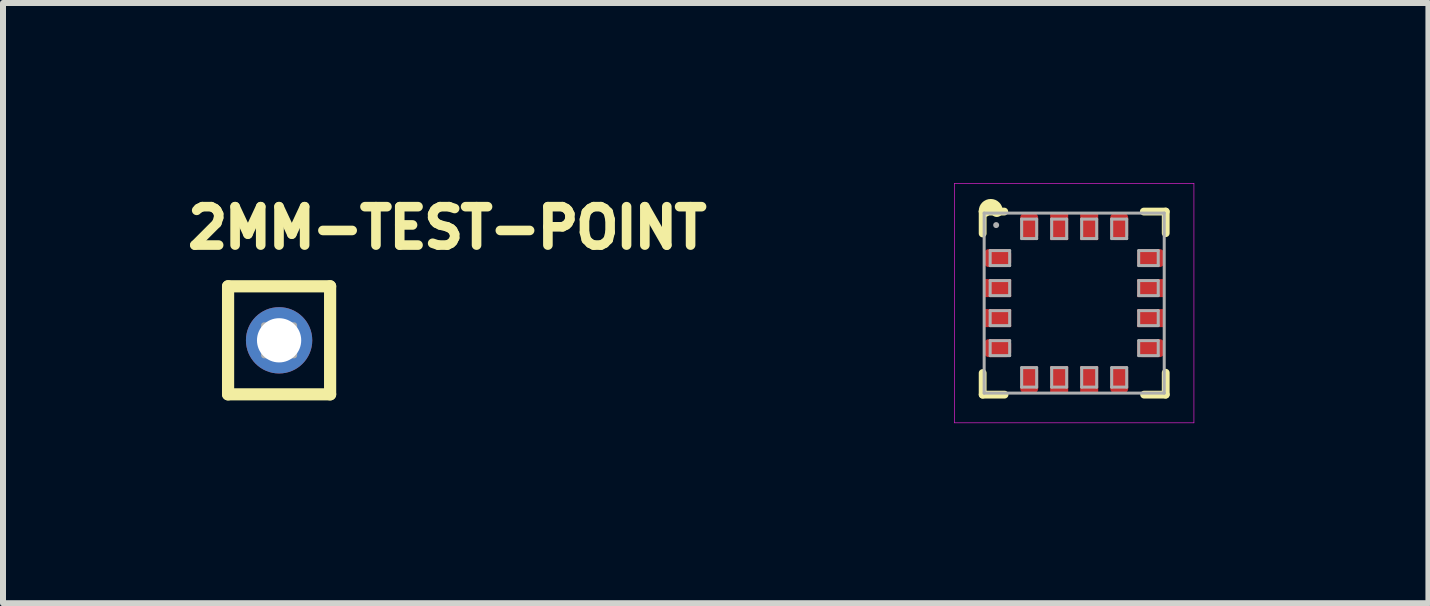
<source format=kicad_pcb>
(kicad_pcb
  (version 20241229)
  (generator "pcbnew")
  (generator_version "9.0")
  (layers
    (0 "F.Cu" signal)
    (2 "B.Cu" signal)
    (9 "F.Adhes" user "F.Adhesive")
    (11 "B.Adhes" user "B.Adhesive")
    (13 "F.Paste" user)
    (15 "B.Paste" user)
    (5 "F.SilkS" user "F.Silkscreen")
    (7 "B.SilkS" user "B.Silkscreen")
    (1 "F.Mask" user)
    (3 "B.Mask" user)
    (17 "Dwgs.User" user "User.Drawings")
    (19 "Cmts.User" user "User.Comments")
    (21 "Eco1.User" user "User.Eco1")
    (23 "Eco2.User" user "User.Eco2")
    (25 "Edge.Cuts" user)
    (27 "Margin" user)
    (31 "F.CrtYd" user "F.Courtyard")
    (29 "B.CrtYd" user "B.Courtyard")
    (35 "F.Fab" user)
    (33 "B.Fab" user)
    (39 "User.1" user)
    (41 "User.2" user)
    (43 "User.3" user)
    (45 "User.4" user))
  (footprint "2MM-TEST-POINT"
    (layer "F.Cu")
    (at 1.6 2.62)
    (property "Reference" "2MM-TEST-POINT" (at -1.6 -1.5 0) (layer "F.SilkS") (effects (font (size 0.64 0.64) (thickness 0.16)) (justify left bottom)))
    (fp_line (start -0.85 -0.9) (end -0.85 0.9) (stroke (width 0.203) (type solid)) (layer "F.SilkS"))
    (fp_line (start -0.85 0.9) (end 0.85 0.9) (stroke (width 0.203) (type solid)) (layer "F.SilkS"))
    (fp_line (start 0.85 -0.9) (end -0.85 -0.9) (stroke (width 0.203) (type solid)) (layer "F.SilkS"))
    (fp_line (start 0.85 0.9) (end 0.85 -0.9) (stroke (width 0.203) (type solid)) (layer "F.SilkS"))
    (fp_poly (pts (xy -0.25 0.25) (xy 0.25 0.25) (xy 0.25 -0.25) (xy -0.25 -0.25)) (stroke (width 0.1) (type solid)) (fill no) (layer "F.Fab"))
    (pad "1" thru_hole circle (at 0 0) (size 1.105 1.105) (drill 0.737) (layers "*.Cu" "*.Mask")))
  (footprint "QLGA-16(3X3)"
    (layer "F.Cu")
    (at 14.847 2)
    (property "Reference" "QLGA-16(3X3)" (at 0 0 0) (layer "F.Mask") (effects (font (size 0.51 0.51) (thickness 0.09))))
    (fp_line (start -1.5 -1.5) (end 1.5 -1.5) (stroke (width 0.05) (type solid)) (layer "F.Mask"))
    (fp_line (start -1.5 1.5) (end -1.5 -1.5) (stroke (width 0.05) (type solid)) (layer "F.Mask"))
    (fp_line (start -1.35 -1.3) (end -1.15 -1.1) (stroke (width 0.1) (type solid)) (layer "F.Mask"))
    (fp_line (start -1.15 -1.1) (end -0.95 -1.3) (stroke (width 0.1) (type solid)) (layer "F.Mask"))
    (fp_line (start -1.1 -0.6) (end -1.1 -0.9) (stroke (width 0.1) (type solid)) (layer "F.Mask"))
    (fp_line (start -1.1 0.6) (end -1.1 0.9) (stroke (width 0.1) (type solid)) (layer "F.Mask"))
    (fp_line (start -1.018 -0.67) (end -1.018 -0.83) (stroke (width 0.065) (type solid)) (layer "F.Mask"))
    (fp_line (start -1.018 0.67) (end -1.018 0.83) (stroke (width 0.065) (type solid)) (layer "F.Mask"))
    (fp_line (start -0.95 -1.3) (end -1.35 -1.3) (stroke (width 0.1) (type solid)) (layer "F.Mask"))
    (fp_line (start -0.67 -1.018) (end -0.83 -1.018) (stroke (width 0.065) (type solid)) (layer "F.Mask"))
    (fp_line (start -0.67 1.018) (end -0.83 1.018) (stroke (width 0.065) (type solid)) (layer "F.Mask"))
    (fp_line (start -0.6 -1.1) (end -0.9 -1.1) (stroke (width 0.1) (type solid)) (layer "F.Mask"))
    (fp_line (start -0.6 1.1) (end -0.9 1.1) (stroke (width 0.1) (type solid)) (layer "F.Mask"))
    (fp_line (start 0.6 -1.1) (end 0.9 -1.1) (stroke (width 0.1) (type solid)) (layer "F.Mask"))
    (fp_line (start 0.6 1.1) (end 0.9 1.1) (stroke (width 0.1) (type solid)) (layer "F.Mask"))
    (fp_line (start 0.67 -1.018) (end 0.83 -1.018) (stroke (width 0.065) (type solid)) (layer "F.Mask"))
    (fp_line (start 0.67 1.018) (end 0.83 1.018) (stroke (width 0.065) (type solid)) (layer "F.Mask"))
    (fp_line (start 1.018 -0.67) (end 1.018 -0.83) (stroke (width 0.065) (type solid)) (layer "F.Mask"))
    (fp_line (start 1.018 0.67) (end 1.018 0.83) (stroke (width 0.065) (type solid)) (layer "F.Mask"))
    (fp_line (start 1.1 -0.6) (end 1.1 -0.9) (stroke (width 0.1) (type solid)) (layer "F.Mask"))
    (fp_line (start 1.1 0.6) (end 1.1 0.9) (stroke (width 0.1) (type solid)) (layer "F.Mask"))
    (fp_line (start 1.5 -1.5) (end 1.5 1.5) (stroke (width 0.05) (type solid)) (layer "F.Mask"))
    (fp_line (start 1.5 1.5) (end -1.5 1.5) (stroke (width 0.05) (type solid)) (layer "F.Mask"))
    (fp_arc (start -1.125 -0.932) (mid -1.050125 -0.903264) (end -1.0175 -0.83) (stroke (width 0.064) (type solid)) (layer "F.Mask"))
    (fp_arc (start -1.125 0.568) (mid -1.050125 0.596736) (end -1.0175 0.67) (stroke (width 0.065) (type solid)) (layer "F.Mask"))
    (fp_arc (start -1.0175 -0.67) (mid -1.050125 -0.596736) (end -1.125 -0.568) (stroke (width 0.065) (type solid)) (layer "F.Mask"))
    (fp_arc (start -1.0175 0.83) (mid -1.050125 0.903264) (end -1.125 0.932) (stroke (width 0.064) (type solid)) (layer "F.Mask"))
    (fp_arc (start -0.932 1.125) (mid -0.903264 1.050125) (end -0.83 1.0175) (stroke (width 0.064) (type solid)) (layer "F.Mask"))
    (fp_arc (start -0.83 -1.0175) (mid -0.903264 -1.050125) (end -0.932 -1.125) (stroke (width 0.064) (type solid)) (layer "F.Mask"))
    (fp_arc (start -0.67 1.0175) (mid -0.596736 1.050125) (end -0.568 1.125) (stroke (width 0.065) (type solid)) (layer "F.Mask"))
    (fp_arc (start -0.568 -1.125) (mid -0.596736 -1.050125) (end -0.67 -1.0175) (stroke (width 0.065) (type solid)) (layer "F.Mask"))
    (fp_arc (start 0.568 1.125) (mid 0.596736 1.050125) (end 0.67 1.0175) (stroke (width 0.065) (type solid)) (layer "F.Mask"))
    (fp_arc (start 0.67 -1.0175) (mid 0.596736 -1.050125) (end 0.568 -1.125) (stroke (width 0.065) (type solid)) (layer "F.Mask"))
    (fp_arc (start 0.83 1.0175) (mid 0.903264 1.050125) (end 0.932 1.125) (stroke (width 0.064) (type solid)) (layer "F.Mask"))
    (fp_arc (start 0.932 -1.125) (mid 0.903264 -1.050125) (end 0.83 -1.0175) (stroke (width 0.064) (type solid)) (layer "F.Mask"))
    (fp_arc (start 1.0175 -0.83) (mid 1.050125 -0.903264) (end 1.125 -0.932) (stroke (width 0.064) (type solid)) (layer "F.Mask"))
    (fp_arc (start 1.0175 0.67) (mid 1.050125 0.596736) (end 1.125 0.568) (stroke (width 0.065) (type solid)) (layer "F.Mask"))
    (fp_arc (start 1.125 -0.568) (mid 1.050125 -0.596736) (end 1.0175 -0.67) (stroke (width 0.065) (type solid)) (layer "F.Mask"))
    (fp_arc (start 1.125 0.932) (mid 1.050125 0.903264) (end 1.0175 0.83) (stroke (width 0.064) (type solid)) (layer "F.Mask"))
    (fp_poly (pts (xy -1.565 -0.536) (xy -1.12 -0.536) (xy -1.12 -0.964) (xy -1.565 -0.964)) (stroke (width 0) (type solid)) (fill yes) (layer "F.Mask"))
    (fp_poly (pts (xy -1.565 -0.036) (xy -0.985 -0.036) (xy -0.985 -0.464) (xy -1.565 -0.464)) (stroke (width 0) (type solid)) (fill yes) (layer "F.Mask"))
    (fp_poly (pts (xy -1.565 0.464) (xy -0.985 0.464) (xy -0.985 0.036) (xy -1.565 0.036)) (stroke (width 0) (type solid)) (fill yes) (layer "F.Mask"))
    (fp_poly (pts (xy -1.565 0.964) (xy -1.12 0.964) (xy -1.12 0.536) (xy -1.565 0.536)) (stroke (width 0) (type solid)) (fill yes) (layer "F.Mask"))
    (fp_poly (pts (xy -0.964 -1.565) (xy -0.964 -1.12) (xy -0.536 -1.12) (xy -0.536 -1.565)) (stroke (width 0) (type solid)) (fill yes) (layer "F.Mask"))
    (fp_poly (pts (xy -0.536 1.565) (xy -0.536 1.12) (xy -0.964 1.12) (xy -0.964 1.565)) (stroke (width 0) (type solid)) (fill yes) (layer "F.Mask"))
    (fp_poly (pts (xy -0.464 -0.985) (xy -0.036 -0.985) (xy -0.036 -1.565) (xy -0.464 -1.565)) (stroke (width 0) (type solid)) (fill yes) (layer "F.Mask"))
    (fp_poly (pts (xy -0.464 1.565) (xy -0.036 1.565) (xy -0.036 0.985) (xy -0.464 0.985)) (stroke (width 0) (type solid)) (fill yes) (layer "F.Mask"))
    (fp_poly (pts (xy 0.036 -0.985) (xy 0.464 -0.985) (xy 0.464 -1.565) (xy 0.036 -1.565)) (stroke (width 0) (type solid)) (fill yes) (layer "F.Mask"))
    (fp_poly (pts (xy 0.036 1.565) (xy 0.464 1.565) (xy 0.464 0.985) (xy 0.036 0.985)) (stroke (width 0) (type solid)) (fill yes) (layer "F.Mask"))
    (fp_poly (pts (xy 0.536 -1.565) (xy 0.536 -1.12) (xy 0.964 -1.12) (xy 0.964 -1.565)) (stroke (width 0) (type solid)) (fill yes) (layer "F.Mask"))
    (fp_poly (pts (xy 0.964 1.565) (xy 0.964 1.12) (xy 0.536 1.12) (xy 0.536 1.565)) (stroke (width 0) (type solid)) (fill yes) (layer "F.Mask"))
    (fp_poly (pts (xy 0.985 -0.036) (xy 1.565 -0.036) (xy 1.565 -0.464) (xy 0.985 -0.464)) (stroke (width 0) (type solid)) (fill yes) (layer "F.Mask"))
    (fp_poly (pts (xy 0.985 0.464) (xy 1.565 0.464) (xy 1.565 0.036) (xy 0.985 0.036)) (stroke (width 0) (type solid)) (fill yes) (layer "F.Mask"))
    (fp_poly (pts (xy 1.565 -0.964) (xy 1.12 -0.964) (xy 1.12 -0.536) (xy 1.565 -0.536)) (stroke (width 0) (type solid)) (fill yes) (layer "F.Mask"))
    (fp_poly (pts (xy 1.565 0.536) (xy 1.12 0.536) (xy 1.12 0.964) (xy 1.565 0.964)) (stroke (width 0) (type solid)) (fill yes) (layer "F.Mask"))
    (fp_line (start -1.525 -1.525) (end -1.525 -1.16) (stroke (width 0.13) (type solid)) (layer "F.SilkS"))
    (fp_line (start -1.525 1.165) (end -1.525 1.525) (stroke (width 0.13) (type solid)) (layer "F.SilkS"))
    (fp_line (start -1.525 1.525) (end -1.16 1.525) (stroke (width 0.13) (type solid)) (layer "F.SilkS"))
    (fp_line (start -1.165 -1.525) (end -1.525 -1.525) (stroke (width 0.13) (type solid)) (layer "F.SilkS"))
    (fp_line (start 1.165 1.525) (end 1.525 1.525) (stroke (width 0.13) (type solid)) (layer "F.SilkS"))
    (fp_line (start 1.525 -1.525) (end 1.16 -1.525) (stroke (width 0.13) (type solid)) (layer "F.SilkS"))
    (fp_line (start 1.525 -1.165) (end 1.525 -1.525) (stroke (width 0.13) (type solid)) (layer "F.SilkS"))
    (fp_line (start 1.525 1.525) (end 1.525 1.16) (stroke (width 0.13) (type solid)) (layer "F.SilkS"))
    (fp_arc (start -1.49 -1.535) (mid -1.39 -1.635) (end -1.29 -1.535) (stroke (width 0.2) (type solid)) (layer "F.SilkS"))
    (fp_line (start -1.995 -1.995) (end 1.995 -1.995) (stroke (width 0.01) (type solid)) (layer "F.CrtYd"))
    (fp_line (start -1.995 1.995) (end -1.995 -1.995) (stroke (width 0.01) (type solid)) (layer "F.CrtYd"))
    (fp_line (start 1.995 -1.995) (end 1.995 1.995) (stroke (width 0.01) (type solid)) (layer "F.CrtYd"))
    (fp_line (start 1.995 1.995) (end -1.995 1.995) (stroke (width 0.01) (type solid)) (layer "F.CrtYd"))
    (fp_line (start -1.5 -1.5) (end 1.5 -1.5) (stroke (width 0.05) (type solid)) (layer "F.Fab"))
    (fp_line (start -1.5 1.5) (end -1.5 -1.5) (stroke (width 0.05) (type solid)) (layer "F.Fab"))
    (fp_line (start -1.4 -0.875) (end -1.075 -0.875) (stroke (width 0.05) (type solid)) (layer "F.Fab"))
    (fp_line (start -1.4 -0.625) (end -1.4 -0.875) (stroke (width 0.05) (type solid)) (layer "F.Fab"))
    (fp_line (start -1.4 -0.375) (end -1.075 -0.375) (stroke (width 0.05) (type solid)) (layer "F.Fab"))
    (fp_line (start -1.4 -0.125) (end -1.4 -0.375) (stroke (width 0.05) (type solid)) (layer "F.Fab"))
    (fp_line (start -1.4 0.125) (end -1.075 0.125) (stroke (width 0.05) (type solid)) (layer "F.Fab"))
    (fp_line (start -1.4 0.375) (end -1.4 0.125) (stroke (width 0.05) (type solid)) (layer "F.Fab"))
    (fp_line (start -1.4 0.625) (end -1.075 0.625) (stroke (width 0.05) (type solid)) (layer "F.Fab"))
    (fp_line (start -1.4 0.875) (end -1.4 0.625) (stroke (width 0.05) (type solid)) (layer "F.Fab"))
    (fp_line (start -1.075 -0.875) (end -1.075 -0.625) (stroke (width 0.05) (type solid)) (layer "F.Fab"))
    (fp_line (start -1.075 -0.625) (end -1.4 -0.625) (stroke (width 0.05) (type solid)) (layer "F.Fab"))
    (fp_line (start -1.075 -0.375) (end -1.075 -0.125) (stroke (width 0.05) (type solid)) (layer "F.Fab"))
    (fp_line (start -1.075 -0.125) (end -1.4 -0.125) (stroke (width 0.05) (type solid)) (layer "F.Fab"))
    (fp_line (start -1.075 0.125) (end -1.075 0.375) (stroke (width 0.05) (type solid)) (layer "F.Fab"))
    (fp_line (start -1.075 0.375) (end -1.4 0.375) (stroke (width 0.05) (type solid)) (layer "F.Fab"))
    (fp_line (start -1.075 0.625) (end -1.075 0.875) (stroke (width 0.05) (type solid)) (layer "F.Fab"))
    (fp_line (start -1.075 0.875) (end -1.4 0.875) (stroke (width 0.05) (type solid)) (layer "F.Fab"))
    (fp_line (start -0.875 -1.4) (end -0.875 -1.075) (stroke (width 0.05) (type solid)) (layer "F.Fab"))
    (fp_line (start -0.875 -1.075) (end -0.625 -1.075) (stroke (width 0.05) (type solid)) (layer "F.Fab"))
    (fp_line (start -0.875 1.075) (end -0.625 1.075) (stroke (width 0.05) (type solid)) (layer "F.Fab"))
    (fp_line (start -0.875 1.4) (end -0.875 1.075) (stroke (width 0.05) (type solid)) (layer "F.Fab"))
    (fp_line (start -0.625 -1.4) (end -0.875 -1.4) (stroke (width 0.05) (type solid)) (layer "F.Fab"))
    (fp_line (start -0.625 -1.075) (end -0.625 -1.4) (stroke (width 0.05) (type solid)) (layer "F.Fab"))
    (fp_line (start -0.625 1.075) (end -0.625 1.4) (stroke (width 0.05) (type solid)) (layer "F.Fab"))
    (fp_line (start -0.625 1.4) (end -0.875 1.4) (stroke (width 0.05) (type solid)) (layer "F.Fab"))
    (fp_line (start -0.375 -1.4) (end -0.375 -1.075) (stroke (width 0.05) (type solid)) (layer "F.Fab"))
    (fp_line (start -0.375 -1.075) (end -0.125 -1.075) (stroke (width 0.05) (type solid)) (layer "F.Fab"))
    (fp_line (start -0.375 1.075) (end -0.125 1.075) (stroke (width 0.05) (type solid)) (layer "F.Fab"))
    (fp_line (start -0.375 1.4) (end -0.375 1.075) (stroke (width 0.05) (type solid)) (layer "F.Fab"))
    (fp_line (start -0.125 -1.4) (end -0.375 -1.4) (stroke (width 0.05) (type solid)) (layer "F.Fab"))
    (fp_line (start -0.125 -1.075) (end -0.125 -1.4) (stroke (width 0.05) (type solid)) (layer "F.Fab"))
    (fp_line (start -0.125 1.075) (end -0.125 1.4) (stroke (width 0.05) (type solid)) (layer "F.Fab"))
    (fp_line (start -0.125 1.4) (end -0.375 1.4) (stroke (width 0.05) (type solid)) (layer "F.Fab"))
    (fp_line (start 0.125 -1.4) (end 0.125 -1.075) (stroke (width 0.05) (type solid)) (layer "F.Fab"))
    (fp_line (start 0.125 -1.075) (end 0.375 -1.075) (stroke (width 0.05) (type solid)) (layer "F.Fab"))
    (fp_line (start 0.125 1.075) (end 0.375 1.075) (stroke (width 0.05) (type solid)) (layer "F.Fab"))
    (fp_line (start 0.125 1.4) (end 0.125 1.075) (stroke (width 0.05) (type solid)) (layer "F.Fab"))
    (fp_line (start 0.375 -1.4) (end 0.125 -1.4) (stroke (width 0.05) (type solid)) (layer "F.Fab"))
    (fp_line (start 0.375 -1.075) (end 0.375 -1.4) (stroke (width 0.05) (type solid)) (layer "F.Fab"))
    (fp_line (start 0.375 1.075) (end 0.375 1.4) (stroke (width 0.05) (type solid)) (layer "F.Fab"))
    (fp_line (start 0.375 1.4) (end 0.125 1.4) (stroke (width 0.05) (type solid)) (layer "F.Fab"))
    (fp_line (start 0.625 -1.4) (end 0.625 -1.075) (stroke (width 0.05) (type solid)) (layer "F.Fab"))
    (fp_line (start 0.625 -1.075) (end 0.875 -1.075) (stroke (width 0.05) (type solid)) (layer "F.Fab"))
    (fp_line (start 0.625 1.075) (end 0.875 1.075) (stroke (width 0.05) (type solid)) (layer "F.Fab"))
    (fp_line (start 0.625 1.4) (end 0.625 1.075) (stroke (width 0.05) (type solid)) (layer "F.Fab"))
    (fp_line (start 0.875 -1.4) (end 0.625 -1.4) (stroke (width 0.05) (type solid)) (layer "F.Fab"))
    (fp_line (start 0.875 -1.075) (end 0.875 -1.4) (stroke (width 0.05) (type solid)) (layer "F.Fab"))
    (fp_line (start 0.875 1.075) (end 0.875 1.4) (stroke (width 0.05) (type solid)) (layer "F.Fab"))
    (fp_line (start 0.875 1.4) (end 0.625 1.4) (stroke (width 0.05) (type solid)) (layer "F.Fab"))
    (fp_line (start 1.075 -0.875) (end 1.075 -0.625) (stroke (width 0.05) (type solid)) (layer "F.Fab"))
    (fp_line (start 1.075 -0.625) (end 1.4 -0.625) (stroke (width 0.05) (type solid)) (layer "F.Fab"))
    (fp_line (start 1.075 -0.375) (end 1.075 -0.125) (stroke (width 0.05) (type solid)) (layer "F.Fab"))
    (fp_line (start 1.075 -0.125) (end 1.4 -0.125) (stroke (width 0.05) (type solid)) (layer "F.Fab"))
    (fp_line (start 1.075 0.125) (end 1.075 0.375) (stroke (width 0.05) (type solid)) (layer "F.Fab"))
    (fp_line (start 1.075 0.375) (end 1.4 0.375) (stroke (width 0.05) (type solid)) (layer "F.Fab"))
    (fp_line (start 1.075 0.625) (end 1.075 0.875) (stroke (width 0.05) (type solid)) (layer "F.Fab"))
    (fp_line (start 1.075 0.875) (end 1.4 0.875) (stroke (width 0.05) (type solid)) (layer "F.Fab"))
    (fp_line (start 1.4 -0.875) (end 1.075 -0.875) (stroke (width 0.05) (type solid)) (layer "F.Fab"))
    (fp_line (start 1.4 -0.625) (end 1.4 -0.875) (stroke (width 0.05) (type solid)) (layer "F.Fab"))
    (fp_line (start 1.4 -0.375) (end 1.075 -0.375) (stroke (width 0.05) (type solid)) (layer "F.Fab"))
    (fp_line (start 1.4 -0.125) (end 1.4 -0.375) (stroke (width 0.05) (type solid)) (layer "F.Fab"))
    (fp_line (start 1.4 0.125) (end 1.075 0.125) (stroke (width 0.05) (type solid)) (layer "F.Fab"))
    (fp_line (start 1.4 0.375) (end 1.4 0.125) (stroke (width 0.05) (type solid)) (layer "F.Fab"))
    (fp_line (start 1.4 0.625) (end 1.075 0.625) (stroke (width 0.05) (type solid)) (layer "F.Fab"))
    (fp_line (start 1.4 0.875) (end 1.4 0.625) (stroke (width 0.05) (type solid)) (layer "F.Fab"))
    (fp_line (start 1.5 -1.5) (end 1.5 1.5) (stroke (width 0.05) (type solid)) (layer "F.Fab"))
    (fp_line (start 1.5 1.5) (end -1.5 1.5) (stroke (width 0.05) (type solid)) (layer "F.Fab"))
    (fp_circle (center -1.3 -1.3) (end -1.275 -1.3) (stroke (width 0.05) (type solid)) (fill no) (layer "F.Fab"))
    (pad "1" smd roundrect (at -1.275 -0.75) (size 0.45 0.3) (layers "F.Cu" "F.Paste") (roundrect_rratio 0.25))
    (pad "2" smd rect (at -1.275 -0.25) (size 0.45 0.3) (layers "F.Cu" "F.Paste"))
    (pad "3" smd rect (at -1.275 0.25) (size 0.45 0.3) (layers "F.Cu" "F.Paste"))
    (pad "4" smd roundrect (at -1.275 0.75) (size 0.45 0.3) (layers "F.Cu" "F.Paste") (roundrect_rratio 0.25))
    (pad "5" smd roundrect (at -0.75 1.275) (size 0.3 0.45) (layers "F.Cu" "F.Paste") (roundrect_rratio 0.25))
    (pad "6" smd rect (at -0.25 1.275) (size 0.3 0.45) (layers "F.Cu" "F.Paste"))
    (pad "7" smd rect (at 0.25 1.275) (size 0.3 0.45) (layers "F.Cu" "F.Paste"))
    (pad "8" smd roundrect (at 0.75 1.275) (size 0.3 0.45) (layers "F.Cu" "F.Paste") (roundrect_rratio 0.25))
    (pad "9" smd roundrect (at 1.275 0.75) (size 0.45 0.3) (layers "F.Cu" "F.Paste") (roundrect_rratio 0.25))
    (pad "10" smd rect (at 1.275 0.25) (size 0.45 0.3) (layers "F.Cu" "F.Paste"))
    (pad "11" smd rect (at 1.275 -0.25) (size 0.45 0.3) (layers "F.Cu" "F.Paste"))
    (pad "12" smd roundrect (at 1.275 -0.75) (size 0.45 0.3) (layers "F.Cu" "F.Paste") (roundrect_rratio 0.25))
    (pad "13" smd roundrect (at 0.75 -1.275) (size 0.3 0.45) (layers "F.Cu" "F.Paste") (roundrect_rratio 0.25))
    (pad "14" smd rect (at 0.25 -1.275) (size 0.3 0.45) (layers "F.Cu" "F.Paste"))
    (pad "15" smd rect (at -0.25 -1.275) (size 0.3 0.45) (layers "F.Cu" "F.Paste"))
    (pad "16" smd roundrect (at -0.75 -1.275) (size 0.3 0.45) (layers "F.Cu" "F.Paste") (roundrect_rratio 0.25)))
  (gr_rect
    (start -3 -3)
    (end 20.749 7)
    (stroke (width 0.1) (type default))
    (fill no)
    (layer "Edge.Cuts")))
</source>
